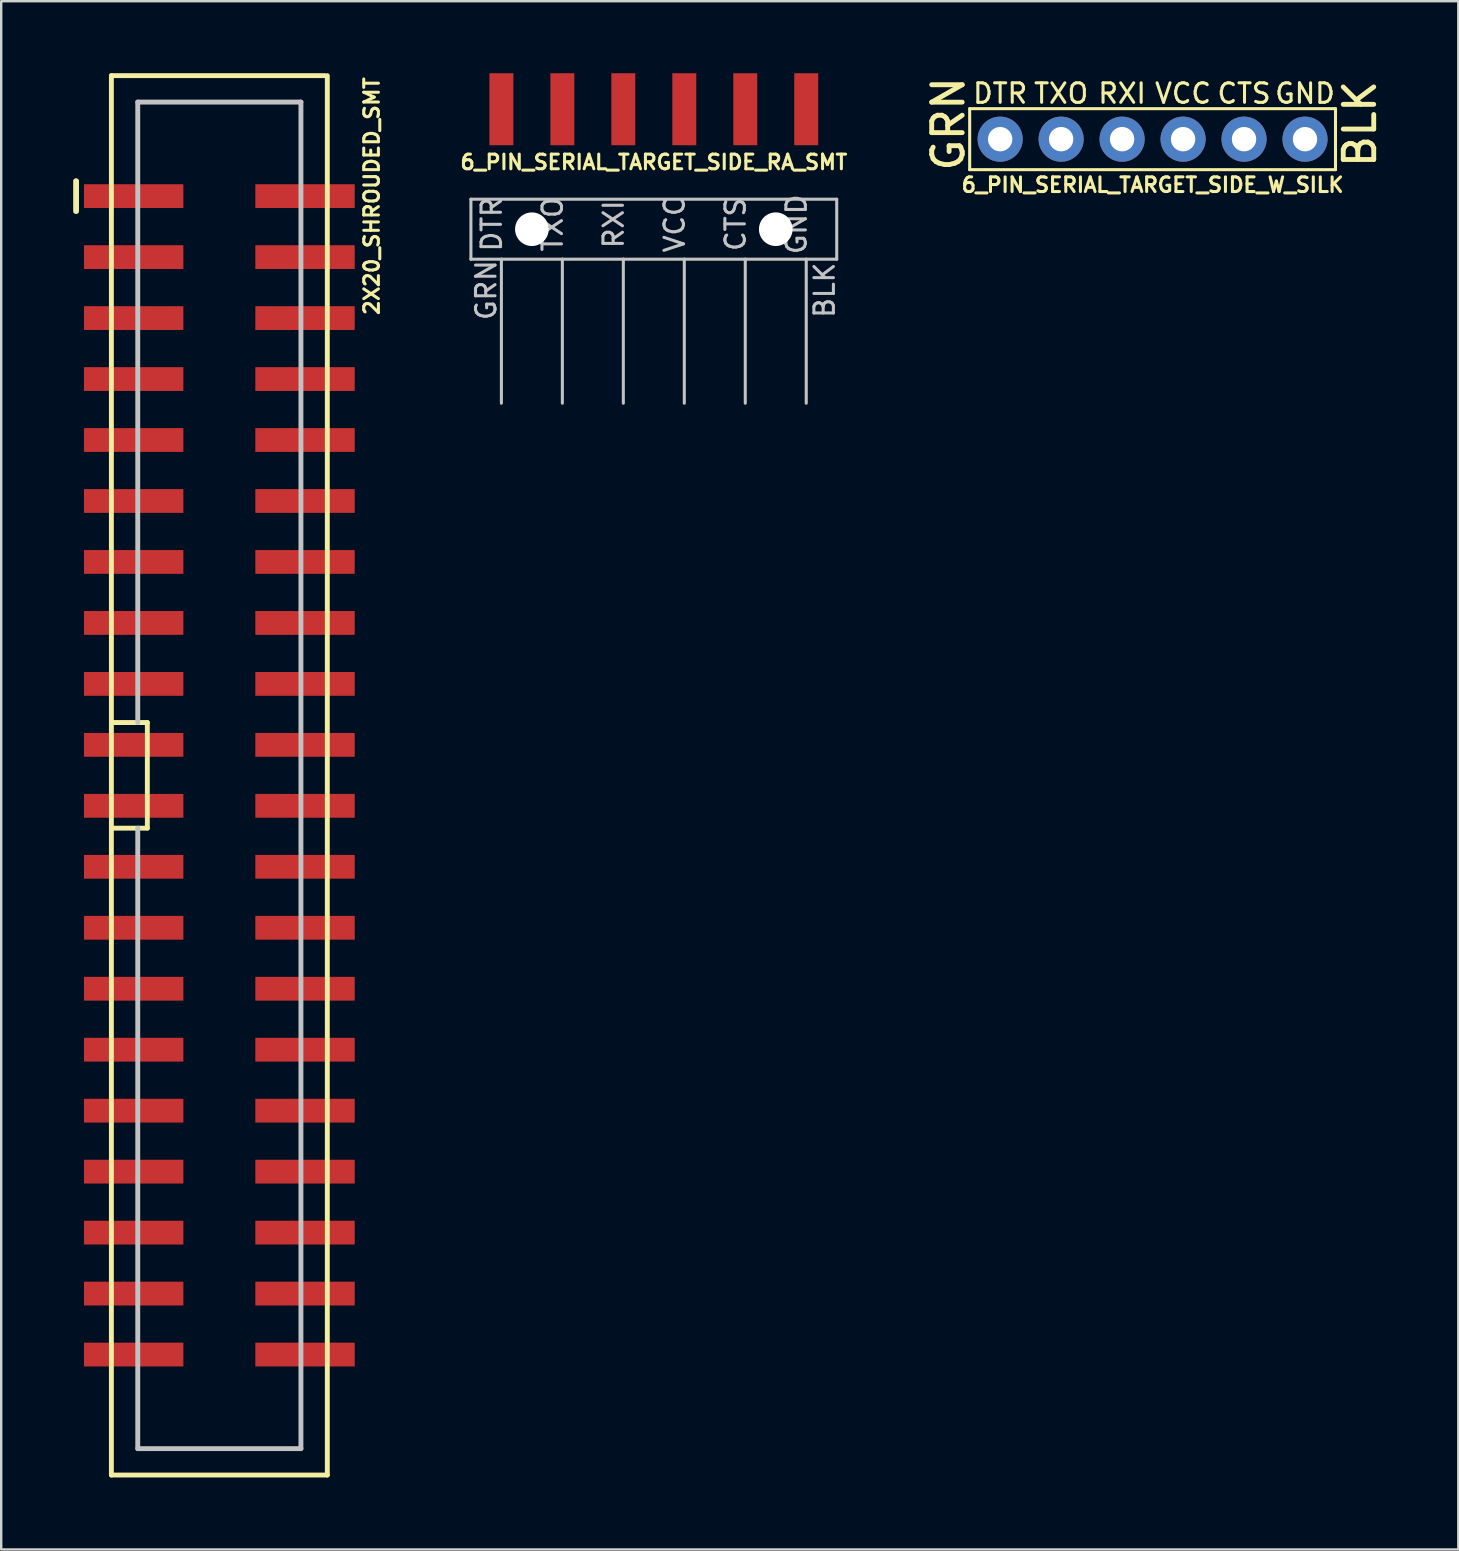
<source format=kicad_pcb>
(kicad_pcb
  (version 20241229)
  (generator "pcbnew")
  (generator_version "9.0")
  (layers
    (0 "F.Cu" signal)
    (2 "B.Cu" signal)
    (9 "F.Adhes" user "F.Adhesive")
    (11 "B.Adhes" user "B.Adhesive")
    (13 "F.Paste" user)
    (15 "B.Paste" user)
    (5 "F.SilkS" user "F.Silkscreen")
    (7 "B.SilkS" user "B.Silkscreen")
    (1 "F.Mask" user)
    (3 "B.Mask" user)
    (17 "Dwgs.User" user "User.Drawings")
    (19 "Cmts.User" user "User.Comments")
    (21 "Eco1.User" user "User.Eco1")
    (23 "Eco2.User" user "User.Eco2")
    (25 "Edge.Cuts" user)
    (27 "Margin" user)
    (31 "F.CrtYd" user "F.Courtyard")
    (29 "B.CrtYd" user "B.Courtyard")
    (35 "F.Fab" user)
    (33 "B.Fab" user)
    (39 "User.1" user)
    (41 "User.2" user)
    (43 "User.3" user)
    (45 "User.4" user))
  (footprint "6_PIN_SERIAL_TARGET_SIDE_RA_SMT"
    (layer "F.Cu")
    (at 24.188 6.499)
    (property "Reference" "6_PIN_SERIAL_TARGET_SIDE_RA_SMT" (at 0 -2.794 0) (layer "F.SilkS") (effects (font (size 0.61 0.61) (thickness 0.127))))
    (attr smd)
    (fp_line (start -7.62 -1.25) (end -7.62 1.25) (stroke (width 0.127) (type solid)) (layer "Dwgs.User"))
    (fp_line (start -7.62 1.25) (end -6.35 1.25) (stroke (width 0.127) (type solid)) (layer "Dwgs.User"))
    (fp_line (start -6.35 1.25) (end -6.35 7.249) (stroke (width 0.127) (type solid)) (layer "Dwgs.User"))
    (fp_line (start -6.35 1.25) (end -3.81 1.25) (stroke (width 0.127) (type solid)) (layer "Dwgs.User"))
    (fp_line (start -3.81 1.25) (end -3.81 7.249) (stroke (width 0.127) (type solid)) (layer "Dwgs.User"))
    (fp_line (start -3.81 1.25) (end -1.27 1.25) (stroke (width 0.127) (type solid)) (layer "Dwgs.User"))
    (fp_line (start -1.27 1.25) (end -1.27 7.249) (stroke (width 0.127) (type solid)) (layer "Dwgs.User"))
    (fp_line (start -1.27 1.25) (end 1.27 1.25) (stroke (width 0.127) (type solid)) (layer "Dwgs.User"))
    (fp_line (start 1.27 1.25) (end 1.27 7.249) (stroke (width 0.127) (type solid)) (layer "Dwgs.User"))
    (fp_line (start 1.27 1.25) (end 3.81 1.25) (stroke (width 0.127) (type solid)) (layer "Dwgs.User"))
    (fp_line (start 3.81 1.25) (end 3.81 7.249) (stroke (width 0.127) (type solid)) (layer "Dwgs.User"))
    (fp_line (start 3.81 1.25) (end 6.35 1.25) (stroke (width 0.127) (type solid)) (layer "Dwgs.User"))
    (fp_line (start 6.35 1.25) (end 6.35 7.249) (stroke (width 0.127) (type solid)) (layer "Dwgs.User"))
    (fp_line (start 6.35 1.25) (end 7.62 1.25) (stroke (width 0.127) (type solid)) (layer "Dwgs.User"))
    (fp_line (start 7.62 -1.25) (end -7.62 -1.25) (stroke (width 0.127) (type solid)) (layer "Dwgs.User"))
    (fp_line (start 7.62 1.25) (end 7.62 -1.25) (stroke (width 0.127) (type solid)) (layer "Dwgs.User"))
    (fp_text user "GND" (at 5.944 -0.203 90) (layer "Dwgs.User") (effects (font (size 0.813 0.813) (thickness 0.127))))
    (fp_text user "RXI" (at -1.676 -0.203 90) (layer "Dwgs.User") (effects (font (size 0.813 0.813) (thickness 0.127))))
    (fp_text user "GRN" (at -6.985 2.54 90) (layer "Dwgs.User") (effects (font (size 0.813 0.813) (thickness 0.127))))
    (fp_text user "VCC" (at 0.864 -0.203 90) (layer "Dwgs.User") (effects (font (size 0.813 0.813) (thickness 0.127))))
    (fp_text user "DTR" (at -6.756 -0.203 90) (layer "Dwgs.User") (effects (font (size 0.813 0.813) (thickness 0.127))))
    (fp_text user "CTS" (at 3.404 -0.203 90) (layer "Dwgs.User") (effects (font (size 0.813 0.813) (thickness 0.127))))
    (fp_text user "BLK" (at 7.112 2.54 90) (layer "Dwgs.User") (effects (font (size 0.813 0.813) (thickness 0.127))))
    (fp_text user "TXO" (at -4.216 -0.203 90) (layer "Dwgs.User") (effects (font (size 0.813 0.813) (thickness 0.127))))
    (pad "" np_thru_hole circle (at -5.08 0) (size 1.4 1.4) (drill 1.4) (layers "*.Cu" "*.Mask"))
    (pad "" np_thru_hole circle (at 5.08 0) (size 1.4 1.4) (drill 1.4) (layers "*.Cu" "*.Mask"))
    (pad "1" smd rect (at -6.35 -4.999 90) (size 3 0.998) (layers "F.Cu" "F.Mask" "F.Paste"))
    (pad "2" smd rect (at -3.81 -4.999 90) (size 3 0.998) (layers "F.Cu" "F.Mask" "F.Paste"))
    (pad "3" smd rect (at -1.27 -4.999 90) (size 3 0.998) (layers "F.Cu" "F.Mask" "F.Paste"))
    (pad "4" smd rect (at 1.27 -4.999 90) (size 3 0.998) (layers "F.Cu" "F.Mask" "F.Paste"))
    (pad "5" smd rect (at 3.81 -4.999 90) (size 3 0.998) (layers "F.Cu" "F.Mask" "F.Paste"))
    (pad "6" smd rect (at 6.35 -4.999 90) (size 3 0.998) (layers "F.Cu" "F.Mask" "F.Paste")))
  (footprint "6_PIN_SERIAL_TARGET_SIDE_W_SILK"
    (layer "F.Cu")
    (at 44.967 2.748)
    (property "Reference" "6_PIN_SERIAL_TARGET_SIDE_W_SILK" (at 0 1.905 0) (layer "F.SilkS") (effects (font (size 0.61 0.61) (thickness 0.127))))
    (attr exclude_from_pos_files exclude_from_bom)
    (fp_line (start -7.62 -1.27) (end 7.62 -1.27) (stroke (width 0.127) (type solid)) (layer "F.SilkS"))
    (fp_line (start -7.62 1.27) (end -7.62 -1.27) (stroke (width 0.127) (type solid)) (layer "F.SilkS"))
    (fp_line (start 7.62 -1.27) (end 7.62 1.27) (stroke (width 0.127) (type solid)) (layer "F.SilkS"))
    (fp_line (start 7.62 1.27) (end -7.62 1.27) (stroke (width 0.127) (type solid)) (layer "F.SilkS"))
    (fp_text user "RXI" (at -1.27 -1.905 0) (layer "F.SilkS") (effects (font (size 0.813 0.813) (thickness 0.127))))
    (fp_text user "VCC" (at 1.27 -1.905 0) (layer "F.SilkS") (effects (font (size 0.813 0.813) (thickness 0.127))))
    (fp_text user "BLK" (at 8.636 -0.635 90) (layer "F.SilkS") (effects (font (size 1.27 1.27) (thickness 0.203))))
    (fp_text user "TXO" (at -3.81 -1.905 0) (layer "F.SilkS") (effects (font (size 0.813 0.813) (thickness 0.127))))
    (fp_text user "GND" (at 6.35 -1.905 0) (layer "F.SilkS") (effects (font (size 0.813 0.813) (thickness 0.127))))
    (fp_text user "DTR" (at -6.35 -1.905 0) (layer "F.SilkS") (effects (font (size 0.813 0.813) (thickness 0.127))))
    (fp_text user "GRN" (at -8.509 -0.635 90) (layer "F.SilkS") (effects (font (size 1.27 1.27) (thickness 0.203))))
    (fp_text user "CTS" (at 3.81 -1.905 0) (layer "F.SilkS") (effects (font (size 0.813 0.813) (thickness 0.127))))
    (pad "P$1" thru_hole circle (at -6.35 0) (size 1.88 1.88) (drill 1.016) (layers "*.Cu" "*.Mask"))
    (pad "P$2" thru_hole circle (at -3.81 0) (size 1.88 1.88) (drill 1.016) (layers "*.Cu" "*.Mask"))
    (pad "P$3" thru_hole circle (at -1.27 0) (size 1.88 1.88) (drill 1.016) (layers "*.Cu" "*.Mask"))
    (pad "P$4" thru_hole circle (at 1.27 0) (size 1.88 1.88) (drill 1.016) (layers "*.Cu" "*.Mask"))
    (pad "P$5" thru_hole circle (at 3.81 0) (size 1.88 1.88) (drill 1.016) (layers "*.Cu" "*.Mask"))
    (pad "P$6" thru_hole circle (at 6.35 0) (size 1.88 1.88) (drill 1.016) (layers "*.Cu" "*.Mask")))
  (footprint "2X20_SHROUDED_SMT"
    (layer "F.Cu")
    (at 6.088 29.251)
    (property "Reference" "2X20_SHROUDED_SMT" (at 6.35 -24.13 90) (layer "F.SilkS") (effects (font (size 0.61 0.61) (thickness 0.127))))
    (attr smd)
    (fp_line (start -5.987 -24.765) (end -5.987 -23.495) (stroke (width 0.203) (type solid)) (layer "F.SilkS"))
    (fp_line (start -5.949 -24.765) (end -5.949 -23.495) (stroke (width 0.203) (type solid)) (layer "F.SilkS"))
    (fp_line (start -4.498 -29.149) (end 4.399 -29.149) (stroke (width 0.203) (type solid)) (layer "F.SilkS"))
    (fp_line (start -4.498 -2.2) (end -3 -2.2) (stroke (width 0.203) (type solid)) (layer "F.SilkS"))
    (fp_line (start -4.498 29.149) (end -4.498 -29.149) (stroke (width 0.203) (type solid)) (layer "F.SilkS"))
    (fp_line (start -3 -2.2) (end -3 2.2) (stroke (width 0.203) (type solid)) (layer "F.SilkS"))
    (fp_line (start -3 2.2) (end -4.498 2.2) (stroke (width 0.203) (type solid)) (layer "F.SilkS"))
    (fp_line (start 4.498 -29.149) (end 4.498 29.149) (stroke (width 0.203) (type solid)) (layer "F.SilkS"))
    (fp_line (start 4.498 29.149) (end -4.498 29.149) (stroke (width 0.203) (type solid)) (layer "F.SilkS"))
    (fp_line (start -3.399 -28.049) (end -3.399 -2.2) (stroke (width 0.203) (type solid)) (layer "Dwgs.User"))
    (fp_line (start -3.399 -28.049) (end 3.399 -28.049) (stroke (width 0.203) (type solid)) (layer "Dwgs.User"))
    (fp_line (start -3.399 28.049) (end -3.399 2.2) (stroke (width 0.203) (type solid)) (layer "Dwgs.User"))
    (fp_line (start -3.399 28.049) (end 3.399 28.049) (stroke (width 0.203) (type solid)) (layer "Dwgs.User"))
    (fp_line (start 3.399 -28.049) (end 3.399 28.049) (stroke (width 0.203) (type solid)) (layer "Dwgs.User"))
    (pad "1" smd rect (at -3.569 -24.13) (size 4.14 0.991) (layers "F.Cu" "F.Mask" "F.Paste"))
    (pad "2" smd rect (at 3.569 -24.13) (size 4.14 0.991) (layers "F.Cu" "F.Mask" "F.Paste"))
    (pad "3" smd rect (at -3.569 -21.59) (size 4.14 0.991) (layers "F.Cu" "F.Mask" "F.Paste"))
    (pad "4" smd rect (at 3.569 -21.59) (size 4.14 0.991) (layers "F.Cu" "F.Mask" "F.Paste"))
    (pad "5" smd rect (at -3.569 -19.05) (size 4.14 0.991) (layers "F.Cu" "F.Mask" "F.Paste"))
    (pad "6" smd rect (at 3.569 -19.05) (size 4.14 0.991) (layers "F.Cu" "F.Mask" "F.Paste"))
    (pad "7" smd rect (at -3.569 -16.51) (size 4.14 0.991) (layers "F.Cu" "F.Mask" "F.Paste"))
    (pad "8" smd rect (at 3.569 -16.51) (size 4.14 0.991) (layers "F.Cu" "F.Mask" "F.Paste"))
    (pad "9" smd rect (at -3.569 -13.97) (size 4.14 0.991) (layers "F.Cu" "F.Mask" "F.Paste"))
    (pad "10" smd rect (at 3.569 -13.97) (size 4.14 0.991) (layers "F.Cu" "F.Mask" "F.Paste"))
    (pad "11" smd rect (at -3.569 -11.43) (size 4.14 0.991) (layers "F.Cu" "F.Mask" "F.Paste"))
    (pad "12" smd rect (at 3.569 -11.43) (size 4.14 0.991) (layers "F.Cu" "F.Mask" "F.Paste"))
    (pad "13" smd rect (at -3.569 -8.89) (size 4.14 0.991) (layers "F.Cu" "F.Mask" "F.Paste"))
    (pad "14" smd rect (at 3.569 -8.89) (size 4.14 0.991) (layers "F.Cu" "F.Mask" "F.Paste"))
    (pad "15" smd rect (at -3.569 -6.35) (size 4.14 0.991) (layers "F.Cu" "F.Mask" "F.Paste"))
    (pad "16" smd rect (at 3.569 -6.35) (size 4.14 0.991) (layers "F.Cu" "F.Mask" "F.Paste"))
    (pad "17" smd rect (at -3.569 -3.81) (size 4.14 0.991) (layers "F.Cu" "F.Mask" "F.Paste"))
    (pad "18" smd rect (at 3.569 -3.81) (size 4.14 0.991) (layers "F.Cu" "F.Mask" "F.Paste"))
    (pad "19" smd rect (at -3.569 -1.27) (size 4.14 0.991) (layers "F.Cu" "F.Mask" "F.Paste"))
    (pad "20" smd rect (at 3.569 -1.27) (size 4.14 0.991) (layers "F.Cu" "F.Mask" "F.Paste"))
    (pad "21" smd rect (at -3.569 1.27) (size 4.14 0.991) (layers "F.Cu" "F.Mask" "F.Paste"))
    (pad "22" smd rect (at 3.569 1.27) (size 4.14 0.991) (layers "F.Cu" "F.Mask" "F.Paste"))
    (pad "23" smd rect (at -3.569 3.81) (size 4.14 0.991) (layers "F.Cu" "F.Mask" "F.Paste"))
    (pad "24" smd rect (at 3.569 3.81) (size 4.14 0.991) (layers "F.Cu" "F.Mask" "F.Paste"))
    (pad "25" smd rect (at -3.569 6.35) (size 4.14 0.991) (layers "F.Cu" "F.Mask" "F.Paste"))
    (pad "26" smd rect (at 3.569 6.35) (size 4.14 0.991) (layers "F.Cu" "F.Mask" "F.Paste"))
    (pad "27" smd rect (at -3.569 8.89) (size 4.14 0.991) (layers "F.Cu" "F.Mask" "F.Paste"))
    (pad "28" smd rect (at 3.569 8.89) (size 4.14 0.991) (layers "F.Cu" "F.Mask" "F.Paste"))
    (pad "29" smd rect (at -3.569 11.43) (size 4.14 0.991) (layers "F.Cu" "F.Mask" "F.Paste"))
    (pad "30" smd rect (at 3.569 11.43) (size 4.14 0.991) (layers "F.Cu" "F.Mask" "F.Paste"))
    (pad "31" smd rect (at -3.569 13.97) (size 4.14 0.991) (layers "F.Cu" "F.Mask" "F.Paste"))
    (pad "32" smd rect (at 3.569 13.97) (size 4.14 0.991) (layers "F.Cu" "F.Mask" "F.Paste"))
    (pad "33" smd rect (at -3.569 16.51) (size 4.14 0.991) (layers "F.Cu" "F.Mask" "F.Paste"))
    (pad "34" smd rect (at 3.569 16.51) (size 4.14 0.991) (layers "F.Cu" "F.Mask" "F.Paste"))
    (pad "35" smd rect (at -3.569 19.05) (size 4.14 0.991) (layers "F.Cu" "F.Mask" "F.Paste"))
    (pad "36" smd rect (at 3.569 19.05) (size 4.14 0.991) (layers "F.Cu" "F.Mask" "F.Paste"))
    (pad "37" smd rect (at -3.569 21.59) (size 4.14 0.991) (layers "F.Cu" "F.Mask" "F.Paste"))
    (pad "38" smd rect (at 3.569 21.59) (size 4.14 0.991) (layers "F.Cu" "F.Mask" "F.Paste"))
    (pad "39" smd rect (at -3.569 24.13) (size 4.14 0.991) (layers "F.Cu" "F.Mask" "F.Paste"))
    (pad "40" smd rect (at 3.569 24.13) (size 4.14 0.991) (layers "F.Cu" "F.Mask" "F.Paste")))
  (gr_rect
    (start -3 -3)
    (end 57.703 61.501)
    (stroke (width 0.1) (type default))
    (fill no)
    (layer "Edge.Cuts")))
</source>
